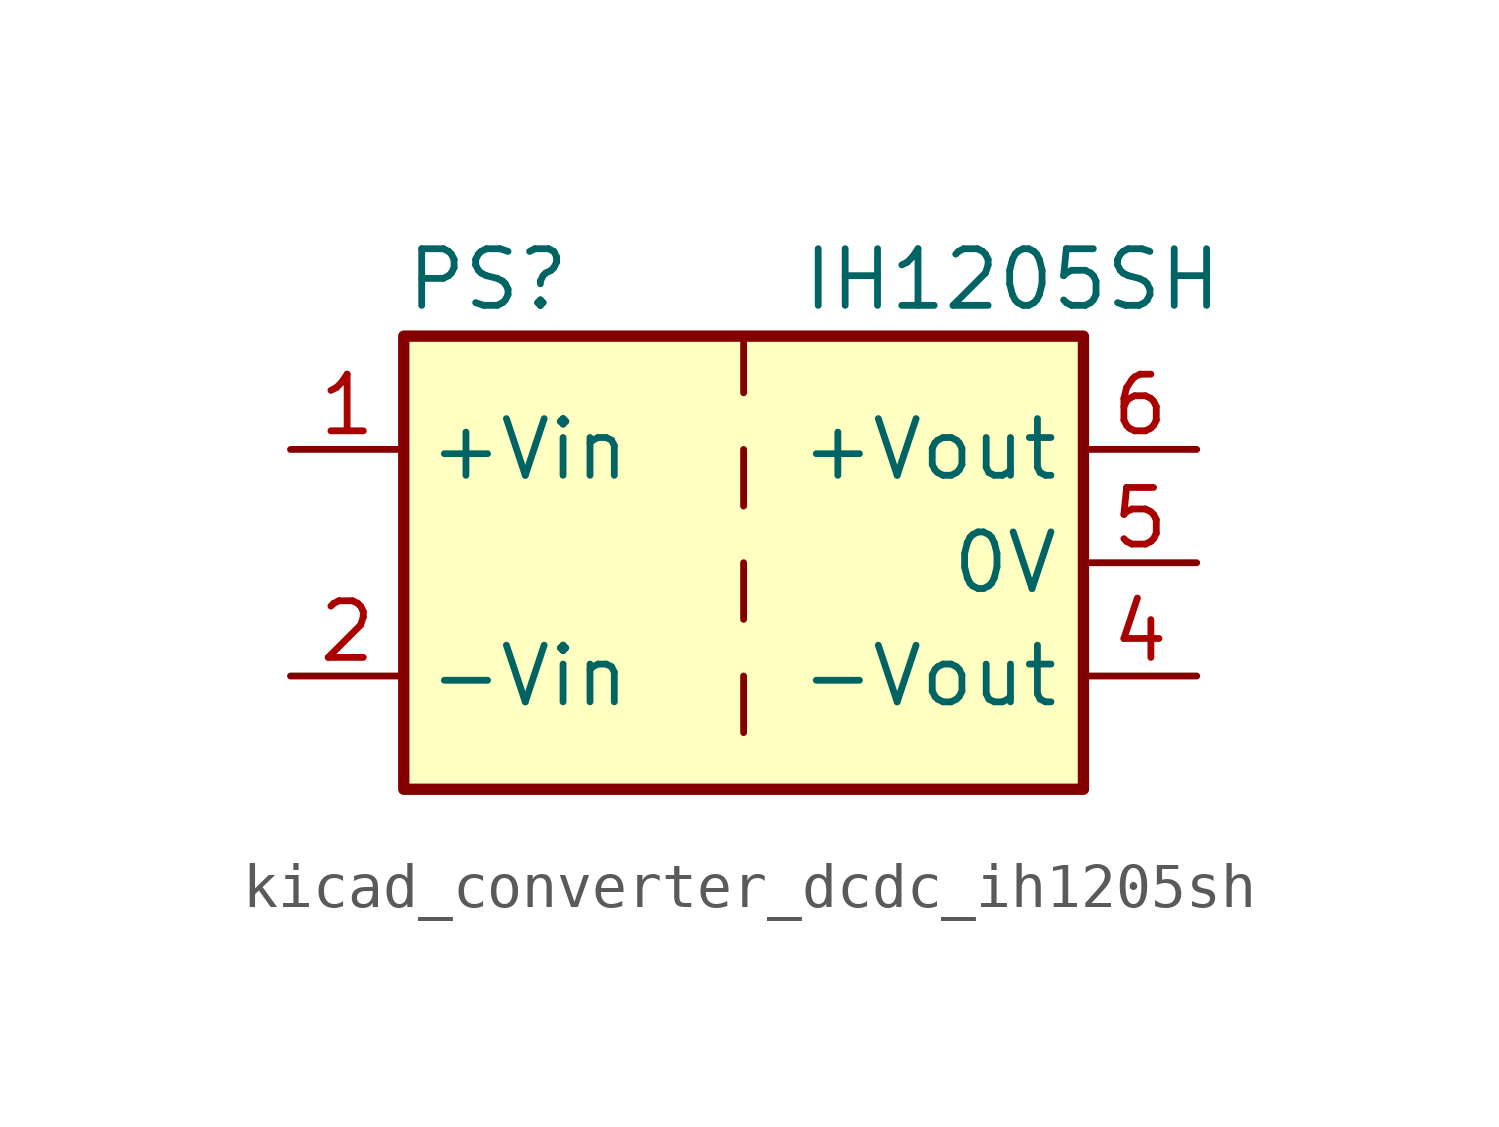
<source format=kicad_sym>
(kicad_symbol_lib
  (version 20220914)
  (generator kicad_symbol_editor)
  (symbol "kicad_converter_dcdc_ih1205sh"
    (property "Reference" "PS"
      (at -7.62 6.35 0)
      (effects (font (size 1.27 1.27)) (justify left)))
    (property "Value" "IH1205SH"
      (at 1.27 6.35 0)
      (effects (font (size 1.27 1.27)) (justify left)))
    (symbol "kicad_converter_dcdc_ih1205sh_0_0"
      (pin power_in line (at -10.16 2.54 0) (length 2.54) (name "+Vin" (effects (font (size 1.27 1.27)))) (number "1" (effects (font (size 1.27 1.27)))))
      (pin power_in line (at -10.16 -2.54 0) (length 2.54) (name "-Vin" (effects (font (size 1.27 1.27)))) (number "2" (effects (font (size 1.27 1.27)))))
      (pin power_out line (at 10.16 -2.54 180) (length 2.54) (name "-Vout" (effects (font (size 1.27 1.27)))) (number "4" (effects (font (size 1.27 1.27)))))
      (pin power_out line (at 10.16 0 180) (length 2.54) (name "0V" (effects (font (size 1.27 1.27)))) (number "5" (effects (font (size 1.27 1.27)))))
      (pin power_out line (at 10.16 2.54 180) (length 2.54) (name "+Vout" (effects (font (size 1.27 1.27)))) (number "6" (effects (font (size 1.27 1.27))))))
    (symbol "kicad_converter_dcdc_ih1205sh_0_1"
      (rectangle (start -7.62 5.08) (end 7.62 -5.08) (stroke (width 0.254) (type default)) (fill (type background)))
      (polyline (pts (xy 0 -2.54) (xy 0 -3.81)) (stroke (width 0) (type default)) (fill (type none)))
      (polyline (pts (xy 0 0) (xy 0 -1.27)) (stroke (width 0) (type default)) (fill (type none)))
      (polyline (pts (xy 0 2.54) (xy 0 1.27)) (stroke (width 0) (type default)) (fill (type none)))
      (polyline (pts (xy 0 5.08) (xy 0 3.81)) (stroke (width 0) (type default)) (fill (type none))))))
</source>
